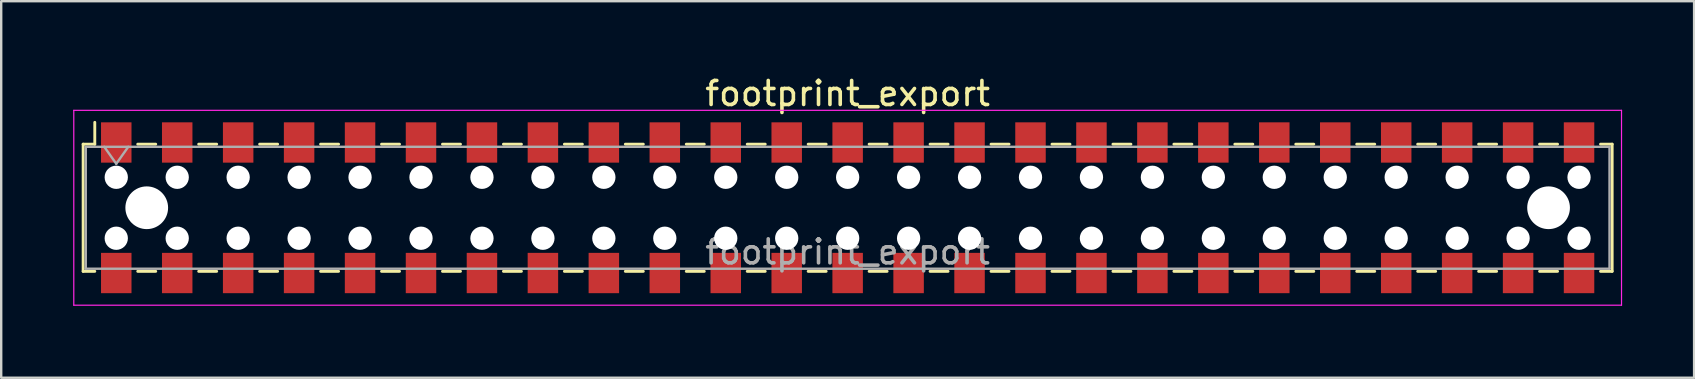
<source format=kicad_pcb>
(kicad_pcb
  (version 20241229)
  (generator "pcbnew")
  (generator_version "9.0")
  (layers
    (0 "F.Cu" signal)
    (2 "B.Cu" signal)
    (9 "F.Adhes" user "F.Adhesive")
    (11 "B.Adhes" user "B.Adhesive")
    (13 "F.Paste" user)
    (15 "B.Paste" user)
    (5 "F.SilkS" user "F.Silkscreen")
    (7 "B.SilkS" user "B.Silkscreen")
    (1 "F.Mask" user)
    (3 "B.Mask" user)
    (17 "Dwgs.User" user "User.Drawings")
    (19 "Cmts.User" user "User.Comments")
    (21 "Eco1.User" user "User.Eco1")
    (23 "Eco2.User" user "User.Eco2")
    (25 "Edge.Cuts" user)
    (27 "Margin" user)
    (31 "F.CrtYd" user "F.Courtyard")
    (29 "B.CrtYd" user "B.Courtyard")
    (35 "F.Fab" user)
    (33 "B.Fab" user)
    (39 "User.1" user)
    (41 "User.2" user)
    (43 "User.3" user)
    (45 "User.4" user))
  (footprint "footprint_export"
    (layer "F.Cu")
    (at 32.275 5.608)
    (property "Reference" "footprint_export" (at 0 -4.76 0) (layer "F.SilkS") (effects (font (size 1 1) (thickness 0.15))))
    (attr smd)
    (fp_line (start -31.86 -2.65) (end -31.86 2.65) (stroke (width 0.12) (type solid)) (layer "F.SilkS"))
    (fp_line (start -31.86 2.65) (end -31.375 2.65) (stroke (width 0.12) (type solid)) (layer "F.SilkS"))
    (fp_line (start -31.375 -3.56) (end -31.375 -2.65) (stroke (width 0.12) (type solid)) (layer "F.SilkS"))
    (fp_line (start -31.375 -2.65) (end -31.86 -2.65) (stroke (width 0.12) (type solid)) (layer "F.SilkS"))
    (fp_line (start -29.585 -2.65) (end -28.835 -2.65) (stroke (width 0.12) (type solid)) (layer "F.SilkS"))
    (fp_line (start -29.585 2.65) (end -28.835 2.65) (stroke (width 0.12) (type solid)) (layer "F.SilkS"))
    (fp_line (start -27.045 -2.65) (end -26.295 -2.65) (stroke (width 0.12) (type solid)) (layer "F.SilkS"))
    (fp_line (start -27.045 2.65) (end -26.295 2.65) (stroke (width 0.12) (type solid)) (layer "F.SilkS"))
    (fp_line (start -24.505 -2.65) (end -23.755 -2.65) (stroke (width 0.12) (type solid)) (layer "F.SilkS"))
    (fp_line (start -24.505 2.65) (end -23.755 2.65) (stroke (width 0.12) (type solid)) (layer "F.SilkS"))
    (fp_line (start -21.965 -2.65) (end -21.215 -2.65) (stroke (width 0.12) (type solid)) (layer "F.SilkS"))
    (fp_line (start -21.965 2.65) (end -21.215 2.65) (stroke (width 0.12) (type solid)) (layer "F.SilkS"))
    (fp_line (start -19.425 -2.65) (end -18.675 -2.65) (stroke (width 0.12) (type solid)) (layer "F.SilkS"))
    (fp_line (start -19.425 2.65) (end -18.675 2.65) (stroke (width 0.12) (type solid)) (layer "F.SilkS"))
    (fp_line (start -16.885 -2.65) (end -16.135 -2.65) (stroke (width 0.12) (type solid)) (layer "F.SilkS"))
    (fp_line (start -16.885 2.65) (end -16.135 2.65) (stroke (width 0.12) (type solid)) (layer "F.SilkS"))
    (fp_line (start -14.345 -2.65) (end -13.595 -2.65) (stroke (width 0.12) (type solid)) (layer "F.SilkS"))
    (fp_line (start -14.345 2.65) (end -13.595 2.65) (stroke (width 0.12) (type solid)) (layer "F.SilkS"))
    (fp_line (start -11.805 -2.65) (end -11.055 -2.65) (stroke (width 0.12) (type solid)) (layer "F.SilkS"))
    (fp_line (start -11.805 2.65) (end -11.055 2.65) (stroke (width 0.12) (type solid)) (layer "F.SilkS"))
    (fp_line (start -9.265 -2.65) (end -8.515 -2.65) (stroke (width 0.12) (type solid)) (layer "F.SilkS"))
    (fp_line (start -9.265 2.65) (end -8.515 2.65) (stroke (width 0.12) (type solid)) (layer "F.SilkS"))
    (fp_line (start -6.725 -2.65) (end -5.975 -2.65) (stroke (width 0.12) (type solid)) (layer "F.SilkS"))
    (fp_line (start -6.725 2.65) (end -5.975 2.65) (stroke (width 0.12) (type solid)) (layer "F.SilkS"))
    (fp_line (start -4.185 -2.65) (end -3.435 -2.65) (stroke (width 0.12) (type solid)) (layer "F.SilkS"))
    (fp_line (start -4.185 2.65) (end -3.435 2.65) (stroke (width 0.12) (type solid)) (layer "F.SilkS"))
    (fp_line (start -1.645 -2.65) (end -0.895 -2.65) (stroke (width 0.12) (type solid)) (layer "F.SilkS"))
    (fp_line (start -1.645 2.65) (end -0.895 2.65) (stroke (width 0.12) (type solid)) (layer "F.SilkS"))
    (fp_line (start 0.895 -2.65) (end 1.645 -2.65) (stroke (width 0.12) (type solid)) (layer "F.SilkS"))
    (fp_line (start 0.895 2.65) (end 1.645 2.65) (stroke (width 0.12) (type solid)) (layer "F.SilkS"))
    (fp_line (start 3.435 -2.65) (end 4.185 -2.65) (stroke (width 0.12) (type solid)) (layer "F.SilkS"))
    (fp_line (start 3.435 2.65) (end 4.185 2.65) (stroke (width 0.12) (type solid)) (layer "F.SilkS"))
    (fp_line (start 5.975 -2.65) (end 6.725 -2.65) (stroke (width 0.12) (type solid)) (layer "F.SilkS"))
    (fp_line (start 5.975 2.65) (end 6.725 2.65) (stroke (width 0.12) (type solid)) (layer "F.SilkS"))
    (fp_line (start 8.515 -2.65) (end 9.265 -2.65) (stroke (width 0.12) (type solid)) (layer "F.SilkS"))
    (fp_line (start 8.515 2.65) (end 9.265 2.65) (stroke (width 0.12) (type solid)) (layer "F.SilkS"))
    (fp_line (start 11.055 -2.65) (end 11.805 -2.65) (stroke (width 0.12) (type solid)) (layer "F.SilkS"))
    (fp_line (start 11.055 2.65) (end 11.805 2.65) (stroke (width 0.12) (type solid)) (layer "F.SilkS"))
    (fp_line (start 13.595 -2.65) (end 14.345 -2.65) (stroke (width 0.12) (type solid)) (layer "F.SilkS"))
    (fp_line (start 13.595 2.65) (end 14.345 2.65) (stroke (width 0.12) (type solid)) (layer "F.SilkS"))
    (fp_line (start 16.135 -2.65) (end 16.885 -2.65) (stroke (width 0.12) (type solid)) (layer "F.SilkS"))
    (fp_line (start 16.135 2.65) (end 16.885 2.65) (stroke (width 0.12) (type solid)) (layer "F.SilkS"))
    (fp_line (start 18.675 -2.65) (end 19.425 -2.65) (stroke (width 0.12) (type solid)) (layer "F.SilkS"))
    (fp_line (start 18.675 2.65) (end 19.425 2.65) (stroke (width 0.12) (type solid)) (layer "F.SilkS"))
    (fp_line (start 21.215 -2.65) (end 21.965 -2.65) (stroke (width 0.12) (type solid)) (layer "F.SilkS"))
    (fp_line (start 21.215 2.65) (end 21.965 2.65) (stroke (width 0.12) (type solid)) (layer "F.SilkS"))
    (fp_line (start 23.755 -2.65) (end 24.505 -2.65) (stroke (width 0.12) (type solid)) (layer "F.SilkS"))
    (fp_line (start 23.755 2.65) (end 24.505 2.65) (stroke (width 0.12) (type solid)) (layer "F.SilkS"))
    (fp_line (start 26.295 -2.65) (end 27.045 -2.65) (stroke (width 0.12) (type solid)) (layer "F.SilkS"))
    (fp_line (start 26.295 2.65) (end 27.045 2.65) (stroke (width 0.12) (type solid)) (layer "F.SilkS"))
    (fp_line (start 28.835 -2.65) (end 29.585 -2.65) (stroke (width 0.12) (type solid)) (layer "F.SilkS"))
    (fp_line (start 28.835 2.65) (end 29.585 2.65) (stroke (width 0.12) (type solid)) (layer "F.SilkS"))
    (fp_line (start 31.375 -2.65) (end 31.86 -2.65) (stroke (width 0.12) (type solid)) (layer "F.SilkS"))
    (fp_line (start 31.86 -2.65) (end 31.86 2.65) (stroke (width 0.12) (type solid)) (layer "F.SilkS"))
    (fp_line (start 31.86 2.65) (end 31.375 2.65) (stroke (width 0.12) (type solid)) (layer "F.SilkS"))
    (fp_line (start -32.25 -4.06) (end 32.25 -4.06) (stroke (width 0.05) (type solid)) (layer "F.CrtYd"))
    (fp_line (start -32.25 4.06) (end -32.25 -4.06) (stroke (width 0.05) (type solid)) (layer "F.CrtYd"))
    (fp_line (start 32.25 -4.06) (end 32.25 4.06) (stroke (width 0.05) (type solid)) (layer "F.CrtYd"))
    (fp_line (start 32.25 4.06) (end -32.25 4.06) (stroke (width 0.05) (type solid)) (layer "F.CrtYd"))
    (fp_line (start -31.75 -2.54) (end 31.75 -2.54) (stroke (width 0.1) (type solid)) (layer "F.Fab"))
    (fp_line (start -31.75 2.54) (end -31.75 -2.54) (stroke (width 0.1) (type solid)) (layer "F.Fab"))
    (fp_line (start -30.98 -2.54) (end -30.48 -1.833) (stroke (width 0.1) (type solid)) (layer "F.Fab"))
    (fp_line (start -30.48 -1.833) (end -29.98 -2.54) (stroke (width 0.1) (type solid)) (layer "F.Fab"))
    (fp_line (start 31.75 -2.54) (end 31.75 2.54) (stroke (width 0.1) (type solid)) (layer "F.Fab"))
    (fp_line (start 31.75 2.54) (end -31.75 2.54) (stroke (width 0.1) (type solid)) (layer "F.Fab"))
    (fp_text user "${REFERENCE}" (at 0 1.84 0) (layer "F.Fab") (effects (font (size 1 1) (thickness 0.15))))
    (pad "" np_thru_hole circle (at -30.48 -1.27) (size 0.97 0.97) (drill 0.97) (layers "*.Cu" "*.Mask"))
    (pad "" np_thru_hole circle (at -30.48 1.27) (size 0.97 0.97) (drill 0.97) (layers "*.Cu" "*.Mask"))
    (pad "" np_thru_hole circle (at -29.21 0) (size 1.78 1.78) (drill 1.78) (layers "*.Cu" "*.Mask"))
    (pad "" np_thru_hole circle (at -27.94 -1.27) (size 0.97 0.97) (drill 0.97) (layers "*.Cu" "*.Mask"))
    (pad "" np_thru_hole circle (at -27.94 1.27) (size 0.97 0.97) (drill 0.97) (layers "*.Cu" "*.Mask"))
    (pad "" np_thru_hole circle (at -25.4 -1.27) (size 0.97 0.97) (drill 0.97) (layers "*.Cu" "*.Mask"))
    (pad "" np_thru_hole circle (at -25.4 1.27) (size 0.97 0.97) (drill 0.97) (layers "*.Cu" "*.Mask"))
    (pad "" np_thru_hole circle (at -22.86 -1.27) (size 0.97 0.97) (drill 0.97) (layers "*.Cu" "*.Mask"))
    (pad "" np_thru_hole circle (at -22.86 1.27) (size 0.97 0.97) (drill 0.97) (layers "*.Cu" "*.Mask"))
    (pad "" np_thru_hole circle (at -20.32 -1.27) (size 0.97 0.97) (drill 0.97) (layers "*.Cu" "*.Mask"))
    (pad "" np_thru_hole circle (at -20.32 1.27) (size 0.97 0.97) (drill 0.97) (layers "*.Cu" "*.Mask"))
    (pad "" np_thru_hole circle (at -17.78 -1.27) (size 0.97 0.97) (drill 0.97) (layers "*.Cu" "*.Mask"))
    (pad "" np_thru_hole circle (at -17.78 1.27) (size 0.97 0.97) (drill 0.97) (layers "*.Cu" "*.Mask"))
    (pad "" np_thru_hole circle (at -15.24 -1.27) (size 0.97 0.97) (drill 0.97) (layers "*.Cu" "*.Mask"))
    (pad "" np_thru_hole circle (at -15.24 1.27) (size 0.97 0.97) (drill 0.97) (layers "*.Cu" "*.Mask"))
    (pad "" np_thru_hole circle (at -12.7 -1.27) (size 0.97 0.97) (drill 0.97) (layers "*.Cu" "*.Mask"))
    (pad "" np_thru_hole circle (at -12.7 1.27) (size 0.97 0.97) (drill 0.97) (layers "*.Cu" "*.Mask"))
    (pad "" np_thru_hole circle (at -10.16 -1.27) (size 0.97 0.97) (drill 0.97) (layers "*.Cu" "*.Mask"))
    (pad "" np_thru_hole circle (at -10.16 1.27) (size 0.97 0.97) (drill 0.97) (layers "*.Cu" "*.Mask"))
    (pad "" np_thru_hole circle (at -7.62 -1.27) (size 0.97 0.97) (drill 0.97) (layers "*.Cu" "*.Mask"))
    (pad "" np_thru_hole circle (at -7.62 1.27) (size 0.97 0.97) (drill 0.97) (layers "*.Cu" "*.Mask"))
    (pad "" np_thru_hole circle (at -5.08 -1.27) (size 0.97 0.97) (drill 0.97) (layers "*.Cu" "*.Mask"))
    (pad "" np_thru_hole circle (at -5.08 1.27) (size 0.97 0.97) (drill 0.97) (layers "*.Cu" "*.Mask"))
    (pad "" np_thru_hole circle (at -2.54 -1.27) (size 0.97 0.97) (drill 0.97) (layers "*.Cu" "*.Mask"))
    (pad "" np_thru_hole circle (at -2.54 1.27) (size 0.97 0.97) (drill 0.97) (layers "*.Cu" "*.Mask"))
    (pad "" np_thru_hole circle (at 0 -1.27) (size 0.97 0.97) (drill 0.97) (layers "*.Cu" "*.Mask"))
    (pad "" np_thru_hole circle (at 0 1.27) (size 0.97 0.97) (drill 0.97) (layers "*.Cu" "*.Mask"))
    (pad "" np_thru_hole circle (at 2.54 -1.27) (size 0.97 0.97) (drill 0.97) (layers "*.Cu" "*.Mask"))
    (pad "" np_thru_hole circle (at 2.54 1.27) (size 0.97 0.97) (drill 0.97) (layers "*.Cu" "*.Mask"))
    (pad "" np_thru_hole circle (at 5.08 -1.27) (size 0.97 0.97) (drill 0.97) (layers "*.Cu" "*.Mask"))
    (pad "" np_thru_hole circle (at 5.08 1.27) (size 0.97 0.97) (drill 0.97) (layers "*.Cu" "*.Mask"))
    (pad "" np_thru_hole circle (at 7.62 -1.27) (size 0.97 0.97) (drill 0.97) (layers "*.Cu" "*.Mask"))
    (pad "" np_thru_hole circle (at 7.62 1.27) (size 0.97 0.97) (drill 0.97) (layers "*.Cu" "*.Mask"))
    (pad "" np_thru_hole circle (at 10.16 -1.27) (size 0.97 0.97) (drill 0.97) (layers "*.Cu" "*.Mask"))
    (pad "" np_thru_hole circle (at 10.16 1.27) (size 0.97 0.97) (drill 0.97) (layers "*.Cu" "*.Mask"))
    (pad "" np_thru_hole circle (at 12.7 -1.27) (size 0.97 0.97) (drill 0.97) (layers "*.Cu" "*.Mask"))
    (pad "" np_thru_hole circle (at 12.7 1.27) (size 0.97 0.97) (drill 0.97) (layers "*.Cu" "*.Mask"))
    (pad "" np_thru_hole circle (at 15.24 -1.27) (size 0.97 0.97) (drill 0.97) (layers "*.Cu" "*.Mask"))
    (pad "" np_thru_hole circle (at 15.24 1.27) (size 0.97 0.97) (drill 0.97) (layers "*.Cu" "*.Mask"))
    (pad "" np_thru_hole circle (at 17.78 -1.27) (size 0.97 0.97) (drill 0.97) (layers "*.Cu" "*.Mask"))
    (pad "" np_thru_hole circle (at 17.78 1.27) (size 0.97 0.97) (drill 0.97) (layers "*.Cu" "*.Mask"))
    (pad "" np_thru_hole circle (at 20.32 -1.27) (size 0.97 0.97) (drill 0.97) (layers "*.Cu" "*.Mask"))
    (pad "" np_thru_hole circle (at 20.32 1.27) (size 0.97 0.97) (drill 0.97) (layers "*.Cu" "*.Mask"))
    (pad "" np_thru_hole circle (at 22.86 -1.27) (size 0.97 0.97) (drill 0.97) (layers "*.Cu" "*.Mask"))
    (pad "" np_thru_hole circle (at 22.86 1.27) (size 0.97 0.97) (drill 0.97) (layers "*.Cu" "*.Mask"))
    (pad "" np_thru_hole circle (at 25.4 -1.27) (size 0.97 0.97) (drill 0.97) (layers "*.Cu" "*.Mask"))
    (pad "" np_thru_hole circle (at 25.4 1.27) (size 0.97 0.97) (drill 0.97) (layers "*.Cu" "*.Mask"))
    (pad "" np_thru_hole circle (at 27.94 -1.27) (size 0.97 0.97) (drill 0.97) (layers "*.Cu" "*.Mask"))
    (pad "" np_thru_hole circle (at 27.94 1.27) (size 0.97 0.97) (drill 0.97) (layers "*.Cu" "*.Mask"))
    (pad "" np_thru_hole circle (at 29.21 0) (size 1.78 1.78) (drill 1.78) (layers "*.Cu" "*.Mask"))
    (pad "" np_thru_hole circle (at 30.48 -1.27) (size 0.97 0.97) (drill 0.97) (layers "*.Cu" "*.Mask"))
    (pad "" np_thru_hole circle (at 30.48 1.27) (size 0.97 0.97) (drill 0.97) (layers "*.Cu" "*.Mask"))
    (pad "1" smd rect (at -30.48 -2.72) (size 1.27 1.68) (layers "F.Cu" "F.Mask" "F.Paste"))
    (pad "2" smd rect (at -30.48 2.72) (size 1.27 1.68) (layers "F.Cu" "F.Mask" "F.Paste"))
    (pad "3" smd rect (at -27.94 -2.72) (size 1.27 1.68) (layers "F.Cu" "F.Mask" "F.Paste"))
    (pad "4" smd rect (at -27.94 2.72) (size 1.27 1.68) (layers "F.Cu" "F.Mask" "F.Paste"))
    (pad "5" smd rect (at -25.4 -2.72) (size 1.27 1.68) (layers "F.Cu" "F.Mask" "F.Paste"))
    (pad "6" smd rect (at -25.4 2.72) (size 1.27 1.68) (layers "F.Cu" "F.Mask" "F.Paste"))
    (pad "7" smd rect (at -22.86 -2.72) (size 1.27 1.68) (layers "F.Cu" "F.Mask" "F.Paste"))
    (pad "8" smd rect (at -22.86 2.72) (size 1.27 1.68) (layers "F.Cu" "F.Mask" "F.Paste"))
    (pad "9" smd rect (at -20.32 -2.72) (size 1.27 1.68) (layers "F.Cu" "F.Mask" "F.Paste"))
    (pad "10" smd rect (at -20.32 2.72) (size 1.27 1.68) (layers "F.Cu" "F.Mask" "F.Paste"))
    (pad "11" smd rect (at -17.78 -2.72) (size 1.27 1.68) (layers "F.Cu" "F.Mask" "F.Paste"))
    (pad "12" smd rect (at -17.78 2.72) (size 1.27 1.68) (layers "F.Cu" "F.Mask" "F.Paste"))
    (pad "13" smd rect (at -15.24 -2.72) (size 1.27 1.68) (layers "F.Cu" "F.Mask" "F.Paste"))
    (pad "14" smd rect (at -15.24 2.72) (size 1.27 1.68) (layers "F.Cu" "F.Mask" "F.Paste"))
    (pad "15" smd rect (at -12.7 -2.72) (size 1.27 1.68) (layers "F.Cu" "F.Mask" "F.Paste"))
    (pad "16" smd rect (at -12.7 2.72) (size 1.27 1.68) (layers "F.Cu" "F.Mask" "F.Paste"))
    (pad "17" smd rect (at -10.16 -2.72) (size 1.27 1.68) (layers "F.Cu" "F.Mask" "F.Paste"))
    (pad "18" smd rect (at -10.16 2.72) (size 1.27 1.68) (layers "F.Cu" "F.Mask" "F.Paste"))
    (pad "19" smd rect (at -7.62 -2.72) (size 1.27 1.68) (layers "F.Cu" "F.Mask" "F.Paste"))
    (pad "20" smd rect (at -7.62 2.72) (size 1.27 1.68) (layers "F.Cu" "F.Mask" "F.Paste"))
    (pad "21" smd rect (at -5.08 -2.72) (size 1.27 1.68) (layers "F.Cu" "F.Mask" "F.Paste"))
    (pad "22" smd rect (at -5.08 2.72) (size 1.27 1.68) (layers "F.Cu" "F.Mask" "F.Paste"))
    (pad "23" smd rect (at -2.54 -2.72) (size 1.27 1.68) (layers "F.Cu" "F.Mask" "F.Paste"))
    (pad "24" smd rect (at -2.54 2.72) (size 1.27 1.68) (layers "F.Cu" "F.Mask" "F.Paste"))
    (pad "25" smd rect (at 0 -2.72) (size 1.27 1.68) (layers "F.Cu" "F.Mask" "F.Paste"))
    (pad "26" smd rect (at 0 2.72) (size 1.27 1.68) (layers "F.Cu" "F.Mask" "F.Paste"))
    (pad "27" smd rect (at 2.54 -2.72) (size 1.27 1.68) (layers "F.Cu" "F.Mask" "F.Paste"))
    (pad "28" smd rect (at 2.54 2.72) (size 1.27 1.68) (layers "F.Cu" "F.Mask" "F.Paste"))
    (pad "29" smd rect (at 5.08 -2.72) (size 1.27 1.68) (layers "F.Cu" "F.Mask" "F.Paste"))
    (pad "30" smd rect (at 5.08 2.72) (size 1.27 1.68) (layers "F.Cu" "F.Mask" "F.Paste"))
    (pad "31" smd rect (at 7.62 -2.72) (size 1.27 1.68) (layers "F.Cu" "F.Mask" "F.Paste"))
    (pad "32" smd rect (at 7.62 2.72) (size 1.27 1.68) (layers "F.Cu" "F.Mask" "F.Paste"))
    (pad "33" smd rect (at 10.16 -2.72) (size 1.27 1.68) (layers "F.Cu" "F.Mask" "F.Paste"))
    (pad "34" smd rect (at 10.16 2.72) (size 1.27 1.68) (layers "F.Cu" "F.Mask" "F.Paste"))
    (pad "35" smd rect (at 12.7 -2.72) (size 1.27 1.68) (layers "F.Cu" "F.Mask" "F.Paste"))
    (pad "36" smd rect (at 12.7 2.72) (size 1.27 1.68) (layers "F.Cu" "F.Mask" "F.Paste"))
    (pad "37" smd rect (at 15.24 -2.72) (size 1.27 1.68) (layers "F.Cu" "F.Mask" "F.Paste"))
    (pad "38" smd rect (at 15.24 2.72) (size 1.27 1.68) (layers "F.Cu" "F.Mask" "F.Paste"))
    (pad "39" smd rect (at 17.78 -2.72) (size 1.27 1.68) (layers "F.Cu" "F.Mask" "F.Paste"))
    (pad "40" smd rect (at 17.78 2.72) (size 1.27 1.68) (layers "F.Cu" "F.Mask" "F.Paste"))
    (pad "41" smd rect (at 20.32 -2.72) (size 1.27 1.68) (layers "F.Cu" "F.Mask" "F.Paste"))
    (pad "42" smd rect (at 20.32 2.72) (size 1.27 1.68) (layers "F.Cu" "F.Mask" "F.Paste"))
    (pad "43" smd rect (at 22.86 -2.72) (size 1.27 1.68) (layers "F.Cu" "F.Mask" "F.Paste"))
    (pad "44" smd rect (at 22.86 2.72) (size 1.27 1.68) (layers "F.Cu" "F.Mask" "F.Paste"))
    (pad "45" smd rect (at 25.4 -2.72) (size 1.27 1.68) (layers "F.Cu" "F.Mask" "F.Paste"))
    (pad "46" smd rect (at 25.4 2.72) (size 1.27 1.68) (layers "F.Cu" "F.Mask" "F.Paste"))
    (pad "47" smd rect (at 27.94 -2.72) (size 1.27 1.68) (layers "F.Cu" "F.Mask" "F.Paste"))
    (pad "48" smd rect (at 27.94 2.72) (size 1.27 1.68) (layers "F.Cu" "F.Mask" "F.Paste"))
    (pad "49" smd rect (at 30.48 -2.72) (size 1.27 1.68) (layers "F.Cu" "F.Mask" "F.Paste"))
    (pad "50" smd rect (at 30.48 2.72) (size 1.27 1.68) (layers "F.Cu" "F.Mask" "F.Paste")))
  (gr_rect
    (start -3 -3)
    (end 67.55 12.693)
    (stroke (width 0.1) (type default))
    (fill no)
    (layer "Edge.Cuts")))
</source>
